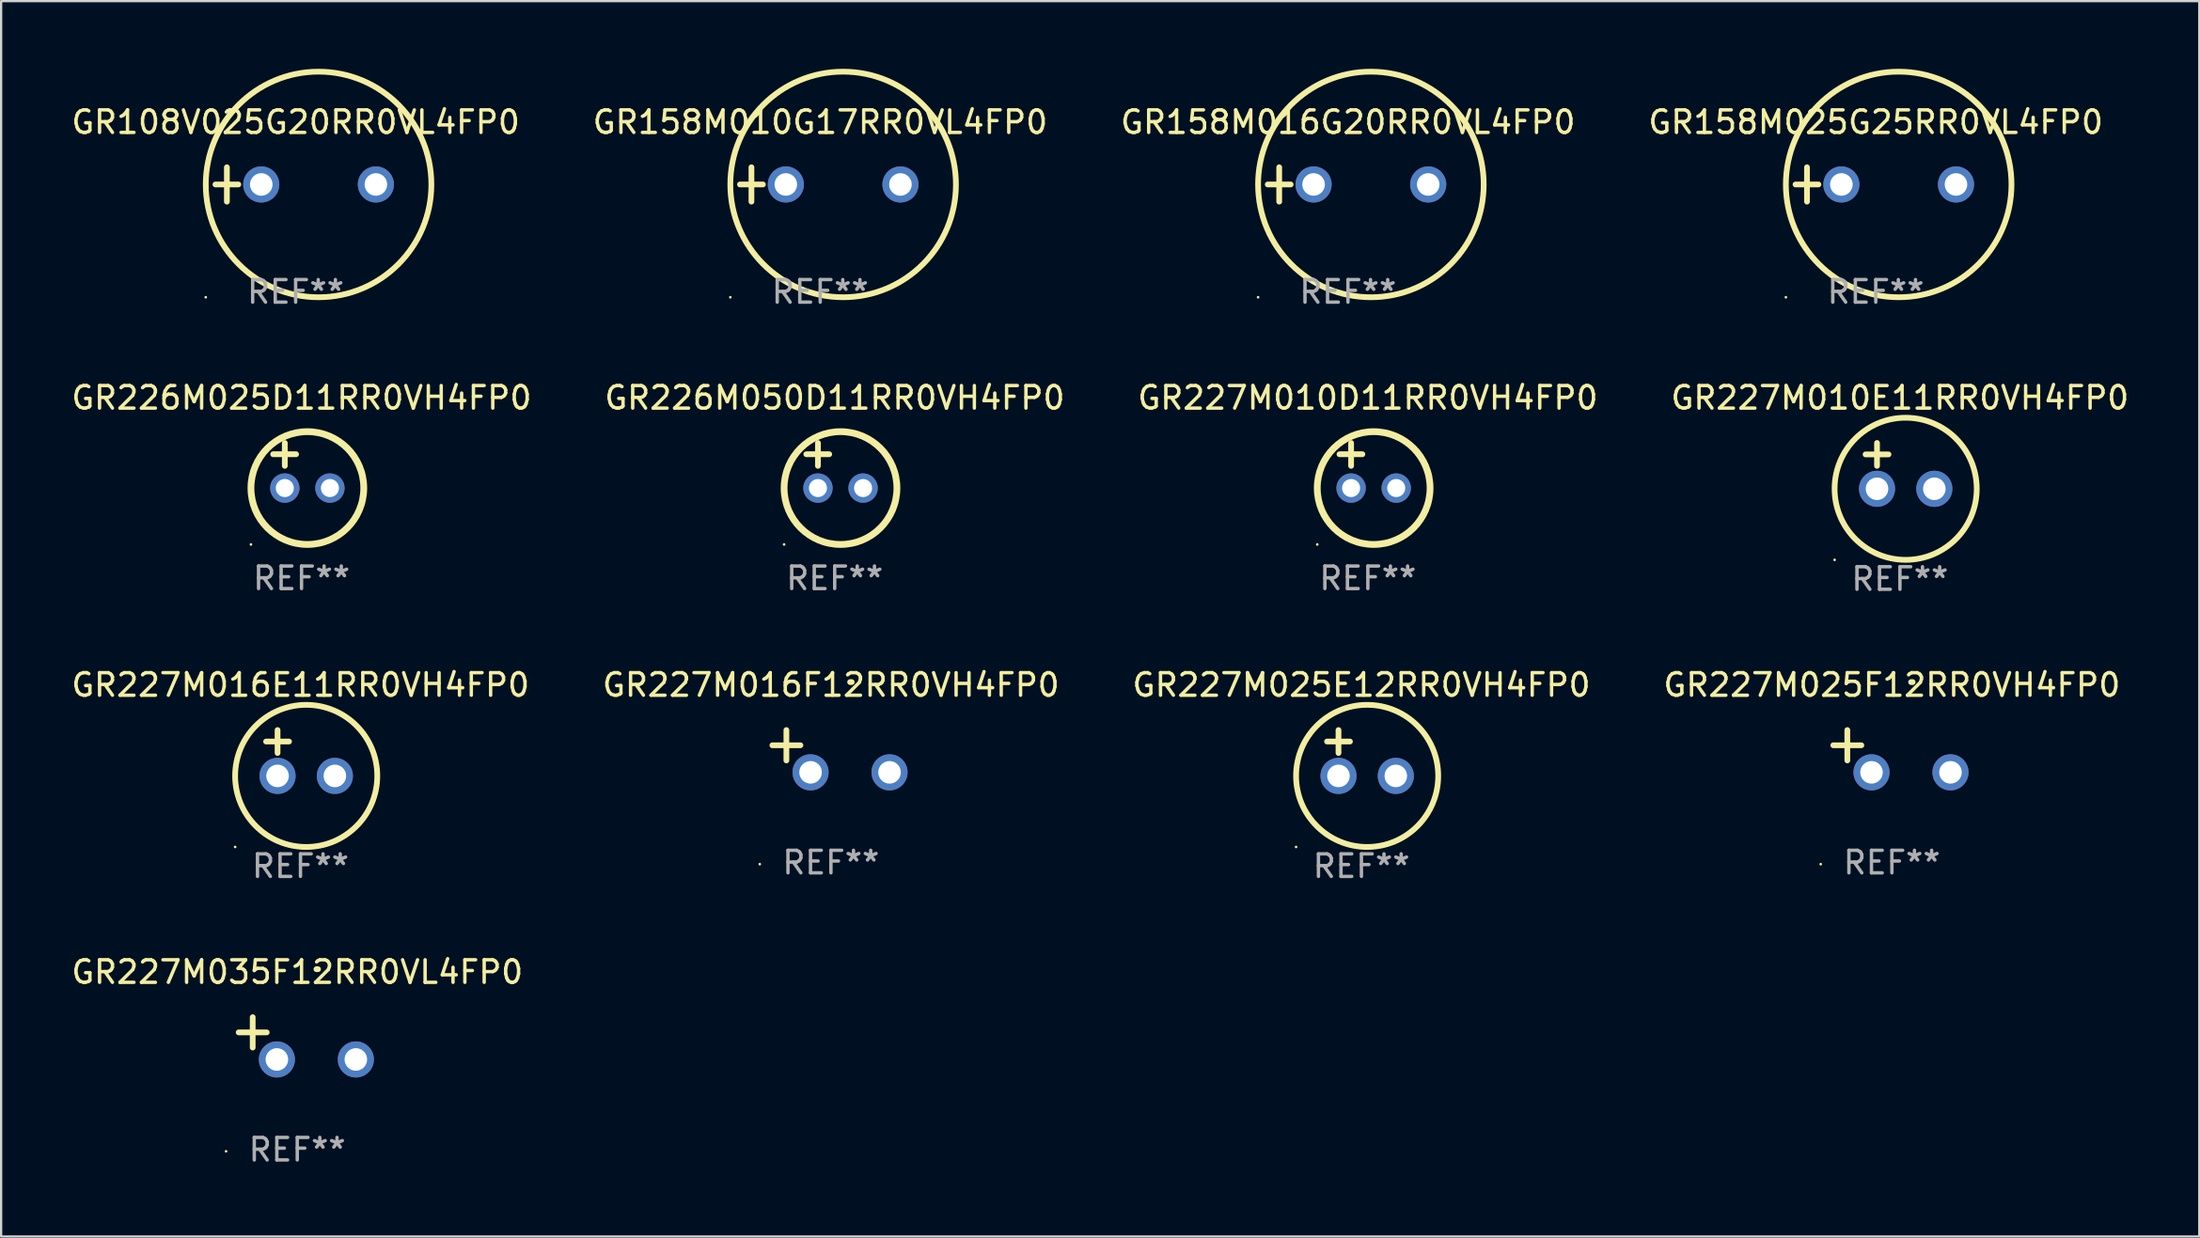
<source format=kicad_pcb>
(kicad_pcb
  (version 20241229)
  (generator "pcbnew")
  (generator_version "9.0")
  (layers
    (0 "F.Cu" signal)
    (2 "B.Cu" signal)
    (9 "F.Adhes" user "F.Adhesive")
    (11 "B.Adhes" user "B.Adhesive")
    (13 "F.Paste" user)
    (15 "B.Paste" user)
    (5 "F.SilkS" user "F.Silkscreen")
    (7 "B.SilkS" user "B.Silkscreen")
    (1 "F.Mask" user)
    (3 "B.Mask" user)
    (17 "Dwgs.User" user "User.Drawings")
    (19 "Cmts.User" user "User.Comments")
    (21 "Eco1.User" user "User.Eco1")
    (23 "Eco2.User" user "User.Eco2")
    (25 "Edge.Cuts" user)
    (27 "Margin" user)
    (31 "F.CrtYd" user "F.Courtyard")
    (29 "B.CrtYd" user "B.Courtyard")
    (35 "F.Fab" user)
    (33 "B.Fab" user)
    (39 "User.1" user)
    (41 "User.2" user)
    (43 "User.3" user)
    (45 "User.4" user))
  (footprint "GR227M010D11RR0VH4FP0"
    (layer "F.Cu")
    (at 57.577 17.586)
    (property "Reference" "GR227M010D11RR0VH4FP0" (at 0 -3 0) (layer "F.SilkS") (effects (font (size 1 1) (thickness 0.15))))
    (attr through_hole)
    (fp_line (start -1.258 -0.5) (end -0.242 -0.5) (stroke (width 0.254) (type solid)) (layer "F.SilkS"))
    (fp_line (start -0.742 -1) (end -0.742 0.016) (stroke (width 0.254) (type solid)) (layer "F.SilkS"))
    (fp_circle (center -2.242 3.5) (end -2.212 3.5) (stroke (width 0.06) (type solid)) (fill no) (layer "F.SilkS"))
    (fp_circle (center 0.258 1) (end 2.758 1) (stroke (width 0.3) (type solid)) (fill no) (layer "F.SilkS"))
    (fp_text user "REF**" (at 0 5 0) (layer "F.Fab") (effects (font (size 1 1) (thickness 0.15))))
    (pad "1" thru_hole circle (at -0.742 1) (size 1.3 1.3) (drill 0.8) (layers "*.Cu" "*.Mask"))
    (pad "2" thru_hole circle (at 1.258 1) (size 1.3 1.3) (drill 0.8) (layers "*.Cu" "*.Mask")))
  (footprint "GR227M016E11RR0VH4FP0"
    (layer "F.Cu")
    (at 10.268 30.33)
    (property "Reference" "GR227M016E11RR0VH4FP0" (at 0 -3.016 0) (layer "F.SilkS") (effects (font (size 1 1) (thickness 0.15))))
    (attr through_hole)
    (fp_line (start -1.524 -0.508) (end -0.508 -0.508) (stroke (width 0.254) (type solid)) (layer "F.SilkS"))
    (fp_line (start -1.016 -1.016) (end -1.016 0) (stroke (width 0.254) (type solid)) (layer "F.SilkS"))
    (fp_circle (center -2.896 4.166) (end -2.866 4.166) (stroke (width 0.06) (type solid)) (fill no) (layer "F.SilkS"))
    (fp_circle (center 0.254 1.016) (end 3.404 1.016) (stroke (width 0.254) (type solid)) (fill no) (layer "F.SilkS"))
    (fp_text user "REF**" (at 0 5.016 0) (layer "F.Fab") (effects (font (size 1 1) (thickness 0.15))))
    (pad "1" thru_hole circle (at -1.016 1.016) (size 1.6 1.6) (drill 1) (layers "*.Cu" "*.Mask"))
    (pad "2" thru_hole circle (at 1.524 1.016) (size 1.6 1.6) (drill 1) (layers "*.Cu" "*.Mask")))
  (footprint "GR227M025F12RR0VH4FP0"
    (layer "F.Cu")
    (at 80.804 30.251)
    (property "Reference" "GR227M025F12RR0VH4FP0" (at 0 -2.937 0) (layer "F.SilkS") (effects (font (size 1 1) (thickness 0.15))))
    (attr through_hole)
    (fp_line (start -1.975 0.41) (end -1.975 -0.937) (stroke (width 0.254) (type solid)) (layer "F.SilkS"))
    (fp_line (start -1.353 -0.263) (end -2.597 -0.263) (stroke (width 0.254) (type solid)) (layer "F.SilkS"))
    (fp_arc (start 0.849809 -3.063957) (mid 0.885369 -3.064114) (end 0.920929 -3.063957) (stroke (width 0.254001) (type solid)) (layer "F.SilkS"))
    (fp_circle (center -3.154 5.008) (end -3.124 5.008) (stroke (width 0.06) (type solid)) (fill no) (layer "F.SilkS"))
    (fp_text user "REF**" (at 0 4.937 0) (layer "F.Fab") (effects (font (size 1 1) (thickness 0.15))))
    (pad "1" thru_hole circle (at -0.903 0.937) (size 1.6 1.6) (drill 1) (layers "*.Cu" "*.Mask"))
    (pad "2" thru_hole circle (at 2.597 0.937) (size 1.6 1.6) (drill 1) (layers "*.Cu" "*.Mask")))
  (footprint "GR158M025G25RR0VL4FP0"
    (layer "F.Cu")
    (at 80.089 5.127)
    (property "Reference" "GR158M025G25RR0VL4FP0" (at 0 -2.762 0) (layer "F.SilkS") (effects (font (size 1 1) (thickness 0.15))))
    (attr through_hole)
    (fp_line (start -3.556 0) (end -2.54 0) (stroke (width 0.254) (type solid)) (layer "F.SilkS"))
    (fp_line (start -3.048 -0.762) (end -3.048 0.762) (stroke (width 0.254) (type solid)) (layer "F.SilkS"))
    (fp_circle (center -3.984 5) (end -3.954 5) (stroke (width 0.06) (type solid)) (fill no) (layer "F.SilkS"))
    (fp_circle (center 1.016 0) (end 6.016 0) (stroke (width 0.254) (type solid)) (fill no) (layer "F.SilkS"))
    (fp_text user "REF**" (at 0 4.762 0) (layer "F.Fab") (effects (font (size 1 1) (thickness 0.15))))
    (pad "1" thru_hole circle (at -1.524 0) (size 1.6 1.6) (drill 1) (layers "*.Cu" "*.Mask"))
    (pad "2" thru_hole circle (at 3.556 0) (size 1.6 1.6) (drill 1) (layers "*.Cu" "*.Mask")))
  (footprint "GR227M035F12RR0VL4FP0"
    (layer "F.Cu")
    (at 10.125 42.979)
    (property "Reference" "GR227M035F12RR0VL4FP0" (at 0 -2.937 0) (layer "F.SilkS") (effects (font (size 1 1) (thickness 0.15))))
    (attr through_hole)
    (fp_line (start -1.975 0.41) (end -1.975 -0.937) (stroke (width 0.254) (type solid)) (layer "F.SilkS"))
    (fp_line (start -1.353 -0.263) (end -2.597 -0.263) (stroke (width 0.254) (type solid)) (layer "F.SilkS"))
    (fp_arc (start 0.849809 -3.063957) (mid 0.885369 -3.064114) (end 0.920929 -3.063957) (stroke (width 0.254001) (type solid)) (layer "F.SilkS"))
    (fp_circle (center -3.154 5.008) (end -3.124 5.008) (stroke (width 0.06) (type solid)) (fill no) (layer "F.SilkS"))
    (fp_text user "REF**" (at 0 4.937 0) (layer "F.Fab") (effects (font (size 1 1) (thickness 0.15))))
    (pad "1" thru_hole circle (at -0.903 0.937) (size 1.6 1.6) (drill 1) (layers "*.Cu" "*.Mask"))
    (pad "2" thru_hole circle (at 2.597 0.937) (size 1.6 1.6) (drill 1) (layers "*.Cu" "*.Mask")))
  (footprint "GR226M025D11RR0VH4FP0"
    (layer "F.Cu")
    (at 10.315 17.586)
    (property "Reference" "GR226M025D11RR0VH4FP0" (at 0 -3 0) (layer "F.SilkS") (effects (font (size 1 1) (thickness 0.15))))
    (attr through_hole)
    (fp_line (start -1.258 -0.5) (end -0.242 -0.5) (stroke (width 0.254) (type solid)) (layer "F.SilkS"))
    (fp_line (start -0.742 -1) (end -0.742 0.016) (stroke (width 0.254) (type solid)) (layer "F.SilkS"))
    (fp_circle (center -2.242 3.5) (end -2.212 3.5) (stroke (width 0.06) (type solid)) (fill no) (layer "F.SilkS"))
    (fp_circle (center 0.258 1) (end 2.758 1) (stroke (width 0.3) (type solid)) (fill no) (layer "F.SilkS"))
    (fp_text user "REF**" (at 0 5 0) (layer "F.Fab") (effects (font (size 1 1) (thickness 0.15))))
    (pad "1" thru_hole circle (at -0.742 1) (size 1.3 1.3) (drill 0.8) (layers "*.Cu" "*.Mask"))
    (pad "2" thru_hole circle (at 1.258 1) (size 1.3 1.3) (drill 0.8) (layers "*.Cu" "*.Mask")))
  (footprint "GR226M050D11RR0VH4FP0"
    (layer "F.Cu")
    (at 33.946 17.586)
    (property "Reference" "GR226M050D11RR0VH4FP0" (at 0 -3 0) (layer "F.SilkS") (effects (font (size 1 1) (thickness 0.15))))
    (attr through_hole)
    (fp_line (start -1.258 -0.5) (end -0.242 -0.5) (stroke (width 0.254) (type solid)) (layer "F.SilkS"))
    (fp_line (start -0.742 -1) (end -0.742 0.016) (stroke (width 0.254) (type solid)) (layer "F.SilkS"))
    (fp_circle (center -2.242 3.5) (end -2.212 3.5) (stroke (width 0.06) (type solid)) (fill no) (layer "F.SilkS"))
    (fp_circle (center 0.258 1) (end 2.758 1) (stroke (width 0.3) (type solid)) (fill no) (layer "F.SilkS"))
    (fp_text user "REF**" (at 0 5 0) (layer "F.Fab") (effects (font (size 1 1) (thickness 0.15))))
    (pad "1" thru_hole circle (at -0.742 1) (size 1.3 1.3) (drill 0.8) (layers "*.Cu" "*.Mask"))
    (pad "2" thru_hole circle (at 1.258 1) (size 1.3 1.3) (drill 0.8) (layers "*.Cu" "*.Mask")))
  (footprint "GR158M016G20RR0VL4FP0"
    (layer "F.Cu")
    (at 56.696 5.127)
    (property "Reference" "GR158M016G20RR0VL4FP0" (at 0 -2.762 0) (layer "F.SilkS") (effects (font (size 1 1) (thickness 0.15))))
    (attr through_hole)
    (fp_line (start -3.556 0) (end -2.54 0) (stroke (width 0.254) (type solid)) (layer "F.SilkS"))
    (fp_line (start -3.048 -0.762) (end -3.048 0.762) (stroke (width 0.254) (type solid)) (layer "F.SilkS"))
    (fp_circle (center -3.984 5) (end -3.954 5) (stroke (width 0.06) (type solid)) (fill no) (layer "F.SilkS"))
    (fp_circle (center 1.016 0) (end 6.016 0) (stroke (width 0.254) (type solid)) (fill no) (layer "F.SilkS"))
    (fp_text user "REF**" (at 0 4.762 0) (layer "F.Fab") (effects (font (size 1 1) (thickness 0.15))))
    (pad "1" thru_hole circle (at -1.524 0) (size 1.6 1.6) (drill 1) (layers "*.Cu" "*.Mask"))
    (pad "2" thru_hole circle (at 3.556 0) (size 1.6 1.6) (drill 1) (layers "*.Cu" "*.Mask")))
  (footprint "GR108V025G20RR0VL4FP0"
    (layer "F.Cu")
    (at 10.054 5.127)
    (property "Reference" "GR108V025G20RR0VL4FP0" (at 0 -2.762 0) (layer "F.SilkS") (effects (font (size 1 1) (thickness 0.15))))
    (attr through_hole)
    (fp_line (start -3.556 0) (end -2.54 0) (stroke (width 0.254) (type solid)) (layer "F.SilkS"))
    (fp_line (start -3.048 -0.762) (end -3.048 0.762) (stroke (width 0.254) (type solid)) (layer "F.SilkS"))
    (fp_circle (center -3.984 5) (end -3.954 5) (stroke (width 0.06) (type solid)) (fill no) (layer "F.SilkS"))
    (fp_circle (center 1.016 0) (end 6.016 0) (stroke (width 0.254) (type solid)) (fill no) (layer "F.SilkS"))
    (fp_text user "REF**" (at 0 4.762 0) (layer "F.Fab") (effects (font (size 1 1) (thickness 0.15))))
    (pad "1" thru_hole circle (at -1.524 0) (size 1.6 1.6) (drill 1) (layers "*.Cu" "*.Mask"))
    (pad "2" thru_hole circle (at 3.556 0) (size 1.6 1.6) (drill 1) (layers "*.Cu" "*.Mask")))
  (footprint "GR158M010G17RR0VL4FP0"
    (layer "F.Cu")
    (at 33.304 5.127)
    (property "Reference" "GR158M010G17RR0VL4FP0" (at 0 -2.762 0) (layer "F.SilkS") (effects (font (size 1 1) (thickness 0.15))))
    (attr through_hole)
    (fp_line (start -3.556 0) (end -2.54 0) (stroke (width 0.254) (type solid)) (layer "F.SilkS"))
    (fp_line (start -3.048 -0.762) (end -3.048 0.762) (stroke (width 0.254) (type solid)) (layer "F.SilkS"))
    (fp_circle (center -3.984 5) (end -3.954 5) (stroke (width 0.06) (type solid)) (fill no) (layer "F.SilkS"))
    (fp_circle (center 1.016 0) (end 6.016 0) (stroke (width 0.254) (type solid)) (fill no) (layer "F.SilkS"))
    (fp_text user "REF**" (at 0 4.762 0) (layer "F.Fab") (effects (font (size 1 1) (thickness 0.15))))
    (pad "1" thru_hole circle (at -1.524 0) (size 1.6 1.6) (drill 1) (layers "*.Cu" "*.Mask"))
    (pad "2" thru_hole circle (at 3.556 0) (size 1.6 1.6) (drill 1) (layers "*.Cu" "*.Mask")))
  (footprint "GR227M025E12RR0VH4FP0"
    (layer "F.Cu")
    (at 57.292 30.33)
    (property "Reference" "GR227M025E12RR0VH4FP0" (at 0 -3.016 0) (layer "F.SilkS") (effects (font (size 1 1) (thickness 0.15))))
    (attr through_hole)
    (fp_line (start -1.524 -0.508) (end -0.508 -0.508) (stroke (width 0.254) (type solid)) (layer "F.SilkS"))
    (fp_line (start -1.016 -1.016) (end -1.016 0) (stroke (width 0.254) (type solid)) (layer "F.SilkS"))
    (fp_circle (center -2.896 4.166) (end -2.866 4.166) (stroke (width 0.06) (type solid)) (fill no) (layer "F.SilkS"))
    (fp_circle (center 0.254 1.016) (end 3.404 1.016) (stroke (width 0.254) (type solid)) (fill no) (layer "F.SilkS"))
    (fp_text user "REF**" (at 0 5.016 0) (layer "F.Fab") (effects (font (size 1 1) (thickness 0.15))))
    (pad "1" thru_hole circle (at -1.016 1.016) (size 1.6 1.6) (drill 1) (layers "*.Cu" "*.Mask"))
    (pad "2" thru_hole circle (at 1.524 1.016) (size 1.6 1.6) (drill 1) (layers "*.Cu" "*.Mask")))
  (footprint "GR227M010E11RR0VH4FP0"
    (layer "F.Cu")
    (at 81.161 17.602)
    (property "Reference" "GR227M010E11RR0VH4FP0" (at 0 -3.016 0) (layer "F.SilkS") (effects (font (size 1 1) (thickness 0.15))))
    (attr through_hole)
    (fp_line (start -1.524 -0.508) (end -0.508 -0.508) (stroke (width 0.254) (type solid)) (layer "F.SilkS"))
    (fp_line (start -1.016 -1.016) (end -1.016 0) (stroke (width 0.254) (type solid)) (layer "F.SilkS"))
    (fp_circle (center -2.896 4.166) (end -2.866 4.166) (stroke (width 0.06) (type solid)) (fill no) (layer "F.SilkS"))
    (fp_circle (center 0.254 1.016) (end 3.404 1.016) (stroke (width 0.254) (type solid)) (fill no) (layer "F.SilkS"))
    (fp_text user "REF**" (at 0 5.016 0) (layer "F.Fab") (effects (font (size 1 1) (thickness 0.15))))
    (pad "1" thru_hole circle (at -1.016 1.016) (size 1.6 1.6) (drill 1) (layers "*.Cu" "*.Mask"))
    (pad "2" thru_hole circle (at 1.524 1.016) (size 1.6 1.6) (drill 1) (layers "*.Cu" "*.Mask")))
  (footprint "GR227M016F12RR0VH4FP0"
    (layer "F.Cu")
    (at 33.78 30.251)
    (property "Reference" "GR227M016F12RR0VH4FP0" (at 0 -2.937 0) (layer "F.SilkS") (effects (font (size 1 1) (thickness 0.15))))
    (attr through_hole)
    (fp_line (start -1.975 0.41) (end -1.975 -0.937) (stroke (width 0.254) (type solid)) (layer "F.SilkS"))
    (fp_line (start -1.353 -0.263) (end -2.597 -0.263) (stroke (width 0.254) (type solid)) (layer "F.SilkS"))
    (fp_arc (start 0.849809 -3.063957) (mid 0.885369 -3.064114) (end 0.920929 -3.063957) (stroke (width 0.254001) (type solid)) (layer "F.SilkS"))
    (fp_circle (center -3.154 5.008) (end -3.124 5.008) (stroke (width 0.06) (type solid)) (fill no) (layer "F.SilkS"))
    (fp_text user "REF**" (at 0 4.937 0) (layer "F.Fab") (effects (font (size 1 1) (thickness 0.15))))
    (pad "1" thru_hole circle (at -0.903 0.937) (size 1.6 1.6) (drill 1) (layers "*.Cu" "*.Mask"))
    (pad "2" thru_hole circle (at 2.597 0.937) (size 1.6 1.6) (drill 1) (layers "*.Cu" "*.Mask")))
  (gr_rect
    (start -3 -3)
    (end 94.429 51.764)
    (stroke (width 0.1) (type default))
    (fill no)
    (layer "Edge.Cuts")))
</source>
